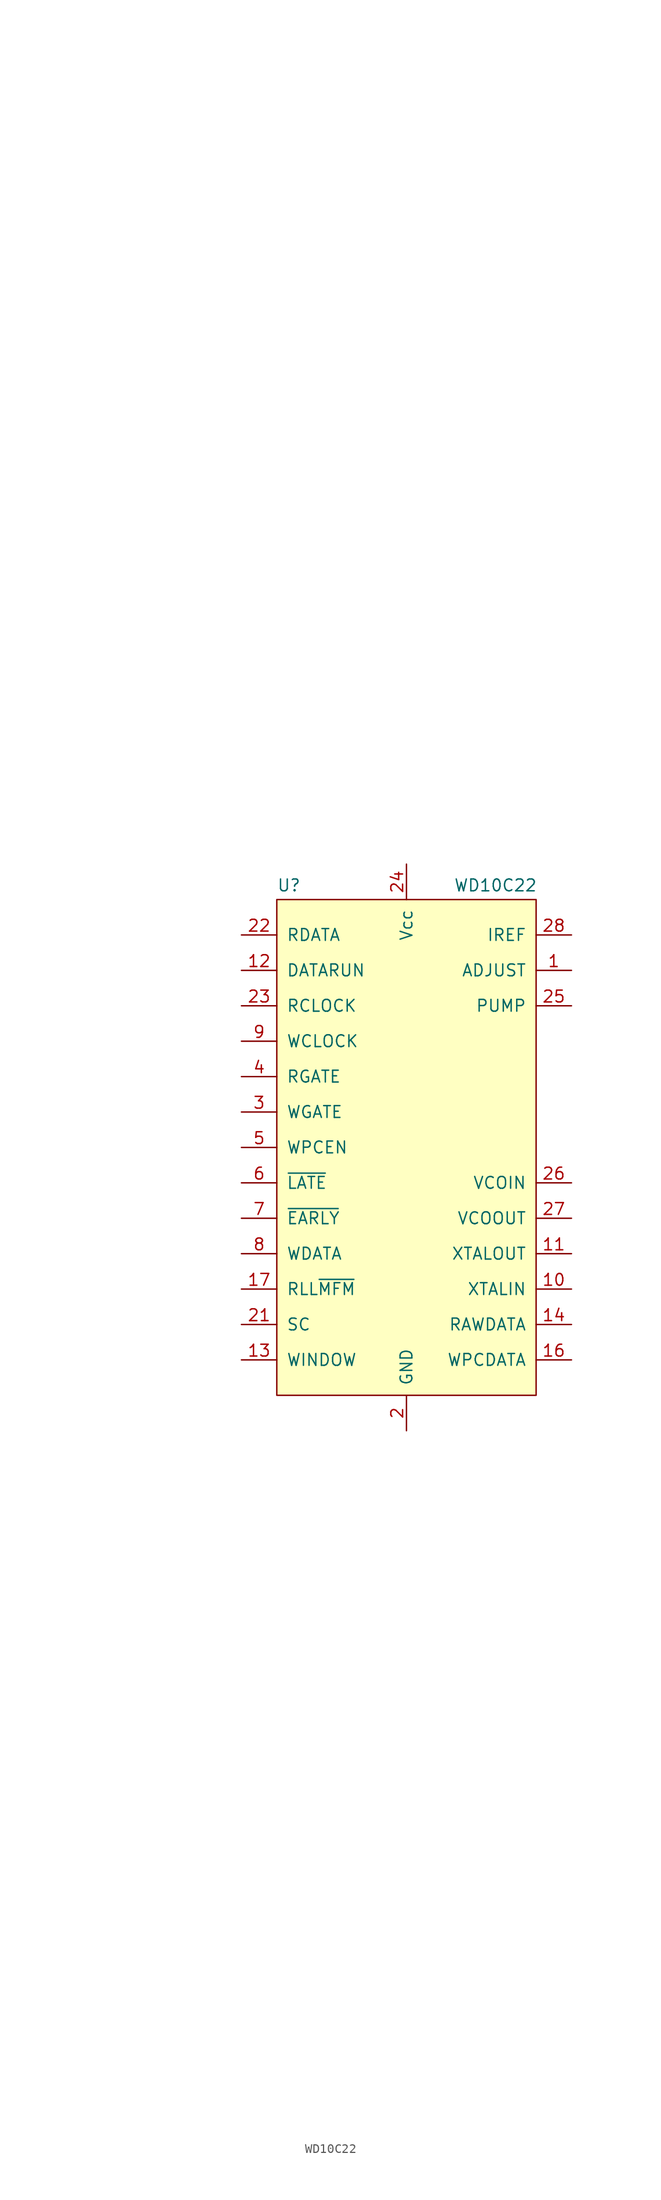
<source format=kicad_sym>
(kicad_symbol_lib
  (version 20241209)
  (generator "kicad_symbol_editor")
  (generator_version "9.0")
  (symbol "WD10C22"
    (pin_names
      (offset 1.016))
    (property "Reference" "U"
      (at -13.97 28.194 0)
      (do_not_autoplace)
      (effects (font (size 1.27 1.27)) (justify left)))
    (property "Value" "WD10C22"
      (at 5.08 28.194 0)
      (do_not_autoplace)
      (effects (font (size 1.27 1.27)) (justify left)))
    (symbol "WD10C22_0_0"
      (text "" (at -34.29 100.33 0) (effects (font (size 1.27 1.27))))
      (text "" (at 7.62 -87.63 0) (effects (font (size 1.27 1.27)))))
    (symbol "WD10C22_1_1"
      (rectangle (start -13.97 26.67) (end 13.97 -26.67) (stroke (width 0) (type default)) (fill (type background)))
      (pin output line (at -17.78 22.86 0) (length 3.81) (name "RDATA" (effects (font (size 1.27 1.27)))) (number "22" (effects (font (size 1.27 1.27)))))
      (pin output line (at -17.78 19.05 0) (length 3.81) (name "DATARUN" (effects (font (size 1.27 1.27)))) (number "12" (effects (font (size 1.27 1.27)))))
      (pin output line (at -17.78 15.24 0) (length 3.81) (name "RCLOCK" (effects (font (size 1.27 1.27)))) (number "23" (effects (font (size 1.27 1.27)))))
      (pin output line (at -17.78 11.43 0) (length 3.81) (name "WCLOCK" (effects (font (size 1.27 1.27)))) (number "9" (effects (font (size 1.27 1.27)))))
      (pin input line (at -17.78 7.62 0) (length 3.81) (name "RGATE" (effects (font (size 1.27 1.27)))) (number "4" (effects (font (size 1.27 1.27)))))
      (pin input line (at -17.78 3.81 0) (length 3.81) (name "WGATE" (effects (font (size 1.27 1.27)))) (number "3" (effects (font (size 1.27 1.27)))))
      (pin input line (at -17.78 0 0) (length 3.81) (name "WPCEN" (effects (font (size 1.27 1.27)))) (number "5" (effects (font (size 1.27 1.27)))))
      (pin input line (at -17.78 -3.81 0) (length 3.81) (name "~{LATE}" (effects (font (size 1.27 1.27)))) (number "6" (effects (font (size 1.27 1.27)))))
      (pin input line (at -17.78 -7.62 0) (length 3.81) (name "~{EARLY}" (effects (font (size 1.27 1.27)))) (number "7" (effects (font (size 1.27 1.27)))))
      (pin input line (at -17.78 -11.43 0) (length 3.81) (name "WDATA" (effects (font (size 1.27 1.27)))) (number "8" (effects (font (size 1.27 1.27)))))
      (pin input line (at -17.78 -15.24 0) (length 3.81) (name "RLL~{MFM}" (effects (font (size 1.27 1.27)))) (number "17" (effects (font (size 1.27 1.27)))))
      (pin input line (at -17.78 -19.05 0) (length 3.81) (name "SC" (effects (font (size 1.27 1.27)))) (number "21" (effects (font (size 1.27 1.27)))))
      (pin input line (at -17.78 -22.86 0) (length 3.81) (name "WINDOW" (effects (font (size 1.27 1.27)))) (number "13" (effects (font (size 1.27 1.27)))))
      (pin no_connect line (at -8.89 1.27 0) (length 3.81) (hide yes) (name "" (effects (font (size 1.27 1.27)))) (number "15" (effects (font (size 1.27 1.27)))))
      (pin no_connect line (at -8.89 -1.27 0) (length 3.81) (hide yes) (name "" (effects (font (size 1.27 1.27)))) (number "18" (effects (font (size 1.27 1.27)))))
      (pin no_connect line (at -8.89 -3.81 0) (length 3.81) (hide yes) (name "" (effects (font (size 1.27 1.27)))) (number "21" (effects (font (size 1.27 1.27)))))
      (pin power_in line (at 0 30.48 270) (length 3.81) (name "Vcc" (effects (font (size 1.27 1.27)))) (number "24" (effects (font (size 1.27 1.27)))))
      (pin power_in line (at 0 -30.48 90) (length 3.81) (name "GND" (effects (font (size 1.27 1.27)))) (number "2" (effects (font (size 1.27 1.27)))))
      (pin no_connect line (at 10.16 1.27 0) (length 3.81) (hide yes) (name "" (effects (font (size 1.27 1.27)))) (number "19" (effects (font (size 1.27 1.27)))))
      (pin no_connect line (at 10.16 -1.27 0) (length 3.81) (hide yes) (name "" (effects (font (size 1.27 1.27)))) (number "20" (effects (font (size 1.27 1.27)))))
      (pin bidirectional line (at 17.78 22.86 180) (length 3.81) (name "IREF" (effects (font (size 1.27 1.27)))) (number "28" (effects (font (size 1.27 1.27)))))
      (pin output line (at 17.78 19.05 180) (length 3.81) (name "ADJUST" (effects (font (size 1.27 1.27)))) (number "1" (effects (font (size 1.27 1.27)))))
      (pin bidirectional line (at 17.78 15.24 180) (length 3.81) (name "PUMP" (effects (font (size 1.27 1.27)))) (number "25" (effects (font (size 1.27 1.27)))))
      (pin input line (at 17.78 -3.81 180) (length 3.81) (name "VCOIN" (effects (font (size 1.27 1.27)))) (number "26" (effects (font (size 1.27 1.27)))))
      (pin output line (at 17.78 -7.62 180) (length 3.81) (name "VCOOUT" (effects (font (size 1.27 1.27)))) (number "27" (effects (font (size 1.27 1.27)))))
      (pin output line (at 17.78 -11.43 180) (length 3.81) (name "XTALOUT" (effects (font (size 1.27 1.27)))) (number "11" (effects (font (size 1.27 1.27)))))
      (pin input line (at 17.78 -15.24 180) (length 3.81) (name "XTALIN" (effects (font (size 1.27 1.27)))) (number "10" (effects (font (size 1.27 1.27)))))
      (pin input line (at 17.78 -19.05 180) (length 3.81) (name "RAWDATA" (effects (font (size 1.27 1.27)))) (number "14" (effects (font (size 1.27 1.27)))))
      (pin output line (at 17.78 -22.86 180) (length 3.81) (name "WPCDATA" (effects (font (size 1.27 1.27)))) (number "16" (effects (font (size 1.27 1.27))))))))
</source>
